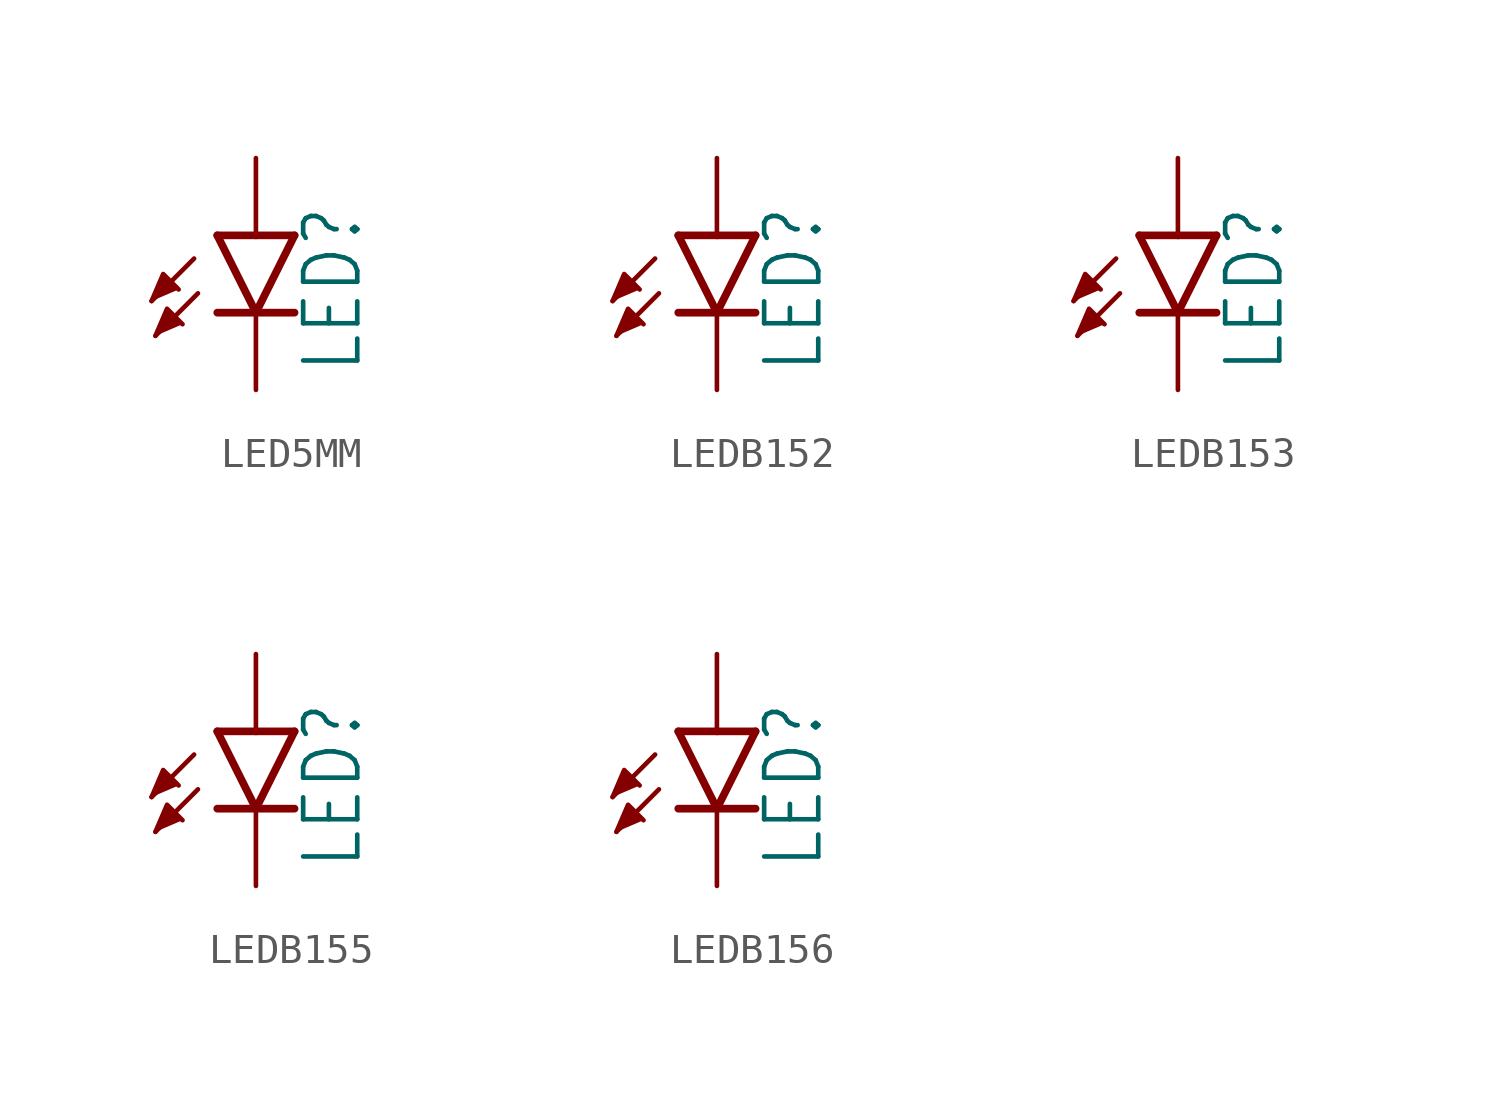
<source format=kicad_sym>
(kicad_symbol_lib
  (version 20241209)
  (generator "kicad_symbol_editor")
  (generator_version "9.0")
  (symbol "LED5MM"
    (property "Reference" "LED"
      (at 3.556 -4.572 90)
      (effects (font (size 1.778 1.511)) (justify left bottom)))
    (property "Value" ""
      (at 5.715 -4.572 90)
      (effects (font (size 1.778 1.511)) (justify left bottom)))
    (property "ki_locked" ""
      (at 0 0 0)
      (effects (font (size 1.27 1.27))))
    (symbol "LED5MM_1_0"
      (polyline (pts (xy -3.429 -2.159) (xy -3.048 -1.27) (xy -2.54 -1.778)) (stroke (width 0.152) (type solid)) (fill (type outline)))
      (polyline (pts (xy -3.302 -3.302) (xy -2.921 -2.413) (xy -2.413 -2.921)) (stroke (width 0.152) (type solid)) (fill (type outline)))
      (polyline (pts (xy -2.032 -0.762) (xy -3.429 -2.159)) (stroke (width 0.152) (type solid)) (fill (type none)))
      (polyline (pts (xy -1.905 -1.905) (xy -3.302 -3.302)) (stroke (width 0.152) (type solid)) (fill (type none)))
      (polyline (pts (xy 0 0) (xy -1.27 0)) (stroke (width 0.254) (type solid)) (fill (type none)))
      (polyline (pts (xy 0 -2.54) (xy -1.27 0)) (stroke (width 0.254) (type solid)) (fill (type none)))
      (polyline (pts (xy 0 -2.54) (xy -1.27 -2.54)) (stroke (width 0.254) (type solid)) (fill (type none)))
      (polyline (pts (xy 1.27 0) (xy 0 0)) (stroke (width 0.254) (type solid)) (fill (type none)))
      (polyline (pts (xy 1.27 0) (xy 0 -2.54)) (stroke (width 0.254) (type solid)) (fill (type none)))
      (polyline (pts (xy 1.27 -2.54) (xy 0 -2.54)) (stroke (width 0.254) (type solid)) (fill (type none)))
      (pin passive line (at 0 2.54 270) (length 2.54) (name "A" (effects (font (size 0 0)))) (number "A" (effects (font (size 0 0)))))
      (pin passive line (at 0 -5.08 90) (length 2.54) (name "C" (effects (font (size 0 0)))) (number "K" (effects (font (size 0 0)))))))
  (symbol "LEDB152"
    (property "Reference" "LED"
      (at 3.556 -4.572 90)
      (effects (font (size 1.778 1.511)) (justify left bottom)))
    (property "Value" ""
      (at 5.715 -4.572 90)
      (effects (font (size 1.778 1.511)) (justify left bottom)))
    (property "ki_locked" ""
      (at 0 0 0)
      (effects (font (size 1.27 1.27))))
    (symbol "LEDB152_1_0"
      (polyline (pts (xy -3.429 -2.159) (xy -3.048 -1.27) (xy -2.54 -1.778)) (stroke (width 0.152) (type solid)) (fill (type outline)))
      (polyline (pts (xy -3.302 -3.302) (xy -2.921 -2.413) (xy -2.413 -2.921)) (stroke (width 0.152) (type solid)) (fill (type outline)))
      (polyline (pts (xy -2.032 -0.762) (xy -3.429 -2.159)) (stroke (width 0.152) (type solid)) (fill (type none)))
      (polyline (pts (xy -1.905 -1.905) (xy -3.302 -3.302)) (stroke (width 0.152) (type solid)) (fill (type none)))
      (polyline (pts (xy 0 0) (xy -1.27 0)) (stroke (width 0.254) (type solid)) (fill (type none)))
      (polyline (pts (xy 0 -2.54) (xy -1.27 0)) (stroke (width 0.254) (type solid)) (fill (type none)))
      (polyline (pts (xy 0 -2.54) (xy -1.27 -2.54)) (stroke (width 0.254) (type solid)) (fill (type none)))
      (polyline (pts (xy 1.27 0) (xy 0 0)) (stroke (width 0.254) (type solid)) (fill (type none)))
      (polyline (pts (xy 1.27 0) (xy 0 -2.54)) (stroke (width 0.254) (type solid)) (fill (type none)))
      (polyline (pts (xy 1.27 -2.54) (xy 0 -2.54)) (stroke (width 0.254) (type solid)) (fill (type none)))
      (pin passive line (at 0 2.54 270) (length 2.54) (name "A" (effects (font (size 0 0)))) (number "A" (effects (font (size 0 0)))))
      (pin passive line (at 0 -5.08 90) (length 2.54) (name "C" (effects (font (size 0 0)))) (number "K" (effects (font (size 0 0)))))))
  (symbol "LEDB153"
    (property "Reference" "LED"
      (at 3.556 -4.572 90)
      (effects (font (size 1.778 1.511)) (justify left bottom)))
    (property "Value" ""
      (at 5.715 -4.572 90)
      (effects (font (size 1.778 1.511)) (justify left bottom)))
    (property "ki_locked" ""
      (at 0 0 0)
      (effects (font (size 1.27 1.27))))
    (symbol "LEDB153_1_0"
      (polyline (pts (xy -3.429 -2.159) (xy -3.048 -1.27) (xy -2.54 -1.778)) (stroke (width 0.152) (type solid)) (fill (type outline)))
      (polyline (pts (xy -3.302 -3.302) (xy -2.921 -2.413) (xy -2.413 -2.921)) (stroke (width 0.152) (type solid)) (fill (type outline)))
      (polyline (pts (xy -2.032 -0.762) (xy -3.429 -2.159)) (stroke (width 0.152) (type solid)) (fill (type none)))
      (polyline (pts (xy -1.905 -1.905) (xy -3.302 -3.302)) (stroke (width 0.152) (type solid)) (fill (type none)))
      (polyline (pts (xy 0 0) (xy -1.27 0)) (stroke (width 0.254) (type solid)) (fill (type none)))
      (polyline (pts (xy 0 -2.54) (xy -1.27 0)) (stroke (width 0.254) (type solid)) (fill (type none)))
      (polyline (pts (xy 0 -2.54) (xy -1.27 -2.54)) (stroke (width 0.254) (type solid)) (fill (type none)))
      (polyline (pts (xy 1.27 0) (xy 0 0)) (stroke (width 0.254) (type solid)) (fill (type none)))
      (polyline (pts (xy 1.27 0) (xy 0 -2.54)) (stroke (width 0.254) (type solid)) (fill (type none)))
      (polyline (pts (xy 1.27 -2.54) (xy 0 -2.54)) (stroke (width 0.254) (type solid)) (fill (type none)))
      (pin passive line (at 0 2.54 270) (length 2.54) (name "A" (effects (font (size 0 0)))) (number "A" (effects (font (size 0 0)))))
      (pin passive line (at 0 -5.08 90) (length 2.54) (name "C" (effects (font (size 0 0)))) (number "K" (effects (font (size 0 0)))))))
  (symbol "LEDB155"
    (property "Reference" "LED"
      (at 3.556 -4.572 90)
      (effects (font (size 1.778 1.511)) (justify left bottom)))
    (property "Value" ""
      (at 5.715 -4.572 90)
      (effects (font (size 1.778 1.511)) (justify left bottom)))
    (property "ki_locked" ""
      (at 0 0 0)
      (effects (font (size 1.27 1.27))))
    (symbol "LEDB155_1_0"
      (polyline (pts (xy -3.429 -2.159) (xy -3.048 -1.27) (xy -2.54 -1.778)) (stroke (width 0.152) (type solid)) (fill (type outline)))
      (polyline (pts (xy -3.302 -3.302) (xy -2.921 -2.413) (xy -2.413 -2.921)) (stroke (width 0.152) (type solid)) (fill (type outline)))
      (polyline (pts (xy -2.032 -0.762) (xy -3.429 -2.159)) (stroke (width 0.152) (type solid)) (fill (type none)))
      (polyline (pts (xy -1.905 -1.905) (xy -3.302 -3.302)) (stroke (width 0.152) (type solid)) (fill (type none)))
      (polyline (pts (xy 0 0) (xy -1.27 0)) (stroke (width 0.254) (type solid)) (fill (type none)))
      (polyline (pts (xy 0 -2.54) (xy -1.27 0)) (stroke (width 0.254) (type solid)) (fill (type none)))
      (polyline (pts (xy 0 -2.54) (xy -1.27 -2.54)) (stroke (width 0.254) (type solid)) (fill (type none)))
      (polyline (pts (xy 1.27 0) (xy 0 0)) (stroke (width 0.254) (type solid)) (fill (type none)))
      (polyline (pts (xy 1.27 0) (xy 0 -2.54)) (stroke (width 0.254) (type solid)) (fill (type none)))
      (polyline (pts (xy 1.27 -2.54) (xy 0 -2.54)) (stroke (width 0.254) (type solid)) (fill (type none)))
      (pin passive line (at 0 2.54 270) (length 2.54) (name "A" (effects (font (size 0 0)))) (number "A" (effects (font (size 0 0)))))
      (pin passive line (at 0 -5.08 90) (length 2.54) (name "C" (effects (font (size 0 0)))) (number "K" (effects (font (size 0 0)))))))
  (symbol "LEDB156"
    (property "Reference" "LED"
      (at 3.556 -4.572 90)
      (effects (font (size 1.778 1.511)) (justify left bottom)))
    (property "Value" ""
      (at 5.715 -4.572 90)
      (effects (font (size 1.778 1.511)) (justify left bottom)))
    (property "ki_locked" ""
      (at 0 0 0)
      (effects (font (size 1.27 1.27))))
    (symbol "LEDB156_1_0"
      (polyline (pts (xy -3.429 -2.159) (xy -3.048 -1.27) (xy -2.54 -1.778)) (stroke (width 0.152) (type solid)) (fill (type outline)))
      (polyline (pts (xy -3.302 -3.302) (xy -2.921 -2.413) (xy -2.413 -2.921)) (stroke (width 0.152) (type solid)) (fill (type outline)))
      (polyline (pts (xy -2.032 -0.762) (xy -3.429 -2.159)) (stroke (width 0.152) (type solid)) (fill (type none)))
      (polyline (pts (xy -1.905 -1.905) (xy -3.302 -3.302)) (stroke (width 0.152) (type solid)) (fill (type none)))
      (polyline (pts (xy 0 0) (xy -1.27 0)) (stroke (width 0.254) (type solid)) (fill (type none)))
      (polyline (pts (xy 0 -2.54) (xy -1.27 0)) (stroke (width 0.254) (type solid)) (fill (type none)))
      (polyline (pts (xy 0 -2.54) (xy -1.27 -2.54)) (stroke (width 0.254) (type solid)) (fill (type none)))
      (polyline (pts (xy 1.27 0) (xy 0 0)) (stroke (width 0.254) (type solid)) (fill (type none)))
      (polyline (pts (xy 1.27 0) (xy 0 -2.54)) (stroke (width 0.254) (type solid)) (fill (type none)))
      (polyline (pts (xy 1.27 -2.54) (xy 0 -2.54)) (stroke (width 0.254) (type solid)) (fill (type none)))
      (pin passive line (at 0 2.54 270) (length 2.54) (name "A" (effects (font (size 0 0)))) (number "A" (effects (font (size 0 0)))))
      (pin passive line (at 0 -5.08 90) (length 2.54) (name "C" (effects (font (size 0 0)))) (number "K" (effects (font (size 0 0))))))))
</source>
